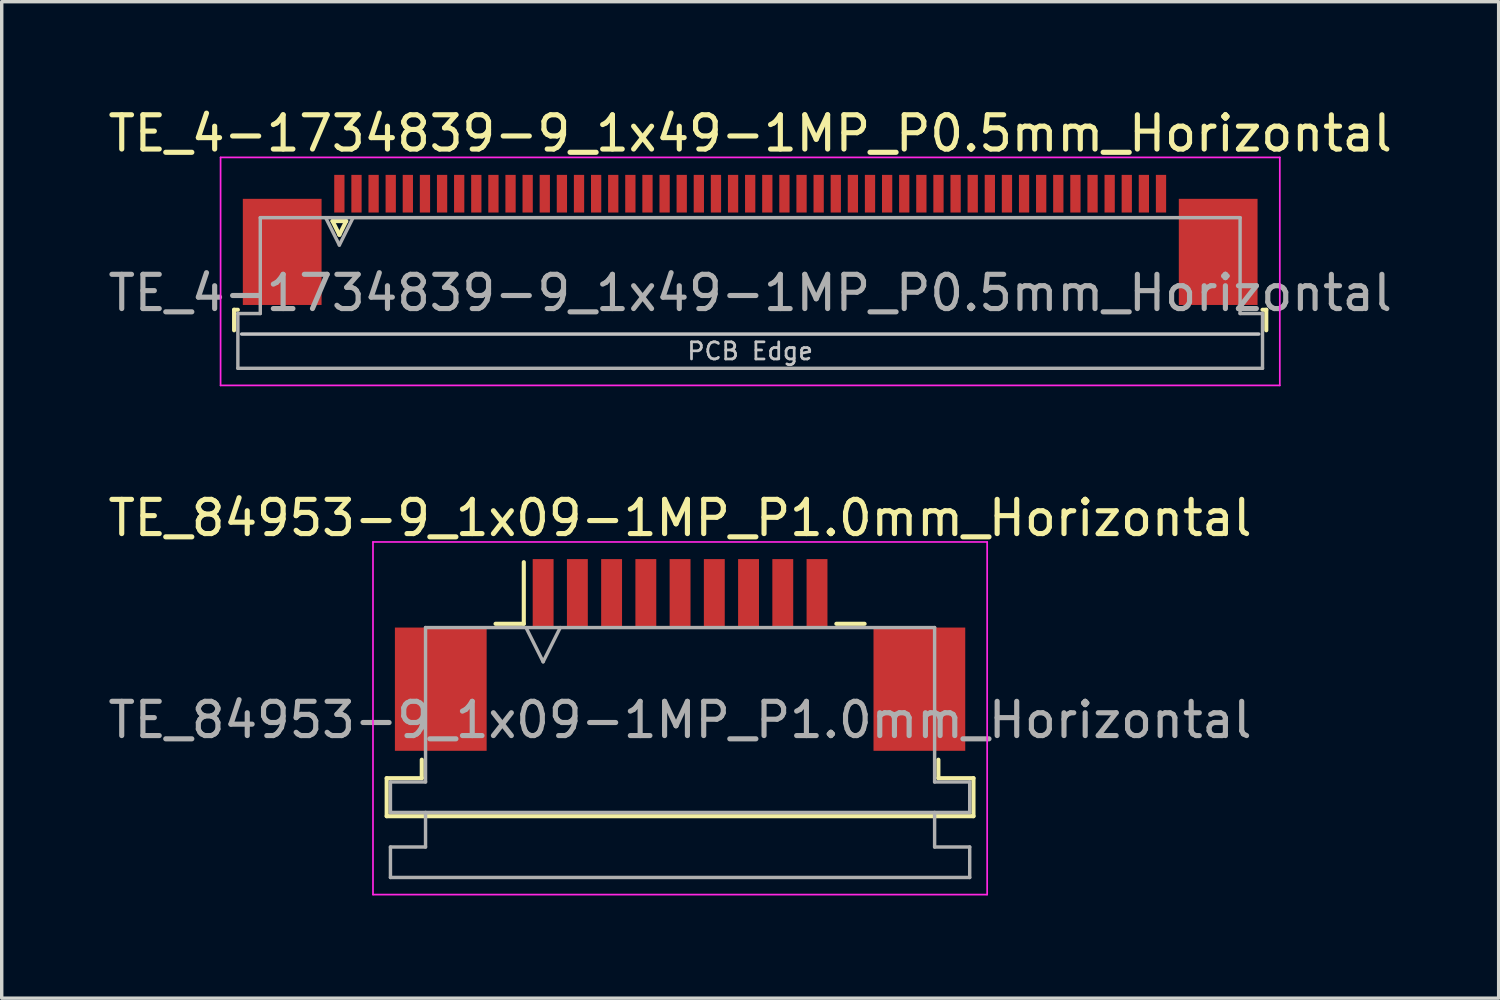
<source format=kicad_pcb>
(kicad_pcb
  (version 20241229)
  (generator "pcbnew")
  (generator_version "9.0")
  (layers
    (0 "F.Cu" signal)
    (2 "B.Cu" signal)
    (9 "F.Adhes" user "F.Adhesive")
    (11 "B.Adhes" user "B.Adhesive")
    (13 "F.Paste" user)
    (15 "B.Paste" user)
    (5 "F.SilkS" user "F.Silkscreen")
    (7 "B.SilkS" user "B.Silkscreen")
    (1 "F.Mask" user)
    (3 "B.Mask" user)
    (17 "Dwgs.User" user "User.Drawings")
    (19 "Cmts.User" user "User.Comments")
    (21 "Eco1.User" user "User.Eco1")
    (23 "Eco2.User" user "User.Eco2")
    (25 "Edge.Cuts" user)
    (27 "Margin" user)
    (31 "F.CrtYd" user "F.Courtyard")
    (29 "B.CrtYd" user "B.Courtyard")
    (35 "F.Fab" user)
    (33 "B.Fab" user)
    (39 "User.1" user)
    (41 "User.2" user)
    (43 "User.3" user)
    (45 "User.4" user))
  (footprint "TE_84953-9_1x09-1MP_P1.0mm_Horizontal"
    (layer "F.Cu")
    (at 16.815 16.081)
    (property "Reference" "TE_84953-9_1x09-1MP_P1.0mm_Horizontal" (at 0 -4 0) (layer "F.SilkS") (effects (font (size 1 1) (thickness 0.15))))
    (attr smd)
    (fp_line (start -8.57 3.6) (end -7.545 3.6) (stroke (width 0.12) (type solid)) (layer "F.SilkS"))
    (fp_line (start -8.57 4.71) (end -8.57 3.6) (stroke (width 0.12) (type solid)) (layer "F.SilkS"))
    (fp_line (start -7.545 3.6) (end -7.545 3.06) (stroke (width 0.12) (type solid)) (layer "F.SilkS"))
    (fp_line (start -5.39 -0.91) (end -4.565 -0.91) (stroke (width 0.12) (type solid)) (layer "F.SilkS"))
    (fp_line (start -4.565 -0.91) (end -4.565 -2.71) (stroke (width 0.12) (type solid)) (layer "F.SilkS"))
    (fp_line (start 4.565 -0.91) (end 5.39 -0.91) (stroke (width 0.12) (type solid)) (layer "F.SilkS"))
    (fp_line (start 7.545 3.06) (end 7.545 3.6) (stroke (width 0.12) (type solid)) (layer "F.SilkS"))
    (fp_line (start 7.545 3.6) (end 8.57 3.6) (stroke (width 0.12) (type solid)) (layer "F.SilkS"))
    (fp_line (start 8.57 3.6) (end 8.57 4.71) (stroke (width 0.12) (type solid)) (layer "F.SilkS"))
    (fp_line (start 8.57 4.71) (end -8.57 4.71) (stroke (width 0.12) (type solid)) (layer "F.SilkS"))
    (fp_line (start -8.97 -3.3) (end -8.97 7) (stroke (width 0.05) (type solid)) (layer "F.CrtYd"))
    (fp_line (start -8.97 7) (end 8.97 7) (stroke (width 0.05) (type solid)) (layer "F.CrtYd"))
    (fp_line (start 8.97 -3.3) (end -8.97 -3.3) (stroke (width 0.05) (type solid)) (layer "F.CrtYd"))
    (fp_line (start 8.97 7) (end 8.97 -3.3) (stroke (width 0.05) (type solid)) (layer "F.CrtYd"))
    (fp_line (start -8.46 3.71) (end -7.435 3.71) (stroke (width 0.1) (type solid)) (layer "F.Fab"))
    (fp_line (start -8.46 4.6) (end -8.46 3.71) (stroke (width 0.1) (type solid)) (layer "F.Fab"))
    (fp_line (start -8.46 5.61) (end -7.435 5.61) (stroke (width 0.1) (type solid)) (layer "F.Fab"))
    (fp_line (start -8.46 6.5) (end -8.46 5.61) (stroke (width 0.1) (type solid)) (layer "F.Fab"))
    (fp_line (start -7.435 -0.8) (end 7.435 -0.8) (stroke (width 0.1) (type solid)) (layer "F.Fab"))
    (fp_line (start -7.435 3.71) (end -7.435 -0.8) (stroke (width 0.1) (type solid)) (layer "F.Fab"))
    (fp_line (start -7.435 5.61) (end -7.435 4.6) (stroke (width 0.1) (type solid)) (layer "F.Fab"))
    (fp_line (start -4.5 -0.8) (end -4 0.2) (stroke (width 0.1) (type solid)) (layer "F.Fab"))
    (fp_line (start -4 0.2) (end -3.5 -0.8) (stroke (width 0.1) (type solid)) (layer "F.Fab"))
    (fp_line (start 7.435 -0.8) (end 7.435 3.71) (stroke (width 0.1) (type solid)) (layer "F.Fab"))
    (fp_line (start 7.435 3.71) (end 8.46 3.71) (stroke (width 0.1) (type solid)) (layer "F.Fab"))
    (fp_line (start 7.435 4.6) (end 7.435 5.61) (stroke (width 0.1) (type solid)) (layer "F.Fab"))
    (fp_line (start 7.435 5.61) (end 8.46 5.61) (stroke (width 0.1) (type solid)) (layer "F.Fab"))
    (fp_line (start 8.46 3.71) (end 8.46 4.6) (stroke (width 0.1) (type solid)) (layer "F.Fab"))
    (fp_line (start 8.46 4.6) (end -8.46 4.6) (stroke (width 0.1) (type solid)) (layer "F.Fab"))
    (fp_line (start 8.46 5.61) (end 8.46 6.5) (stroke (width 0.1) (type solid)) (layer "F.Fab"))
    (fp_line (start 8.46 6.5) (end -8.46 6.5) (stroke (width 0.1) (type solid)) (layer "F.Fab"))
    (fp_text user "${REFERENCE}" (at 0 1.9 0) (layer "F.Fab") (effects (font (size 1 1) (thickness 0.15))))
    (pad "1" smd rect (at -4 -1.8) (size 0.61 2) (layers "F.Cu" "F.Mask" "F.Paste"))
    (pad "2" smd rect (at -3 -1.8) (size 0.61 2) (layers "F.Cu" "F.Mask" "F.Paste"))
    (pad "3" smd rect (at -2 -1.8) (size 0.61 2) (layers "F.Cu" "F.Mask" "F.Paste"))
    (pad "4" smd rect (at -1 -1.8) (size 0.61 2) (layers "F.Cu" "F.Mask" "F.Paste"))
    (pad "5" smd rect (at 0 -1.8) (size 0.61 2) (layers "F.Cu" "F.Mask" "F.Paste"))
    (pad "6" smd rect (at 1 -1.8) (size 0.61 2) (layers "F.Cu" "F.Mask" "F.Paste"))
    (pad "7" smd rect (at 2 -1.8) (size 0.61 2) (layers "F.Cu" "F.Mask" "F.Paste"))
    (pad "8" smd rect (at 3 -1.8) (size 0.61 2) (layers "F.Cu" "F.Mask" "F.Paste"))
    (pad "9" smd rect (at 4 -1.8) (size 0.61 2) (layers "F.Cu" "F.Mask" "F.Paste"))
    (pad "MP" smd rect (at -6.99 1) (size 2.68 3.6) (layers "F.Cu" "F.Mask" "F.Paste"))
    (pad "MP" smd rect (at 6.99 1) (size 2.68 3.6) (layers "F.Cu" "F.Mask" "F.Paste")))
  (footprint "TE_4-1734839-9_1x49-1MP_P0.5mm_Horizontal"
    (layer "F.Cu")
    (at 18.863 3.958)
    (property "Reference" "TE_4-1734839-9_1x49-1MP_P0.5mm_Horizontal" (at 0 -3.11 0) (layer "F.SilkS") (effects (font (size 1 1) (thickness 0.15))))
    (attr smd)
    (fp_line (start -15.075 2.04) (end -15.075 2.64) (stroke (width 0.12) (type solid)) (layer "F.SilkS"))
    (fp_line (start -14.965 2.04) (end -15.075 2.04) (stroke (width 0.12) (type solid)) (layer "F.SilkS"))
    (fp_line (start -12.2 -0.55) (end -12 -0.15) (stroke (width 0.12) (type solid)) (layer "F.SilkS"))
    (fp_line (start -12 -0.15) (end -11.8 -0.55) (stroke (width 0.12) (type solid)) (layer "F.SilkS"))
    (fp_line (start -11.8 -0.55) (end -12.2 -0.55) (stroke (width 0.12) (type solid)) (layer "F.SilkS"))
    (fp_line (start 14.965 2.04) (end 15.075 2.04) (stroke (width 0.12) (type solid)) (layer "F.SilkS"))
    (fp_line (start 15.075 2.04) (end 15.075 2.64) (stroke (width 0.12) (type solid)) (layer "F.SilkS"))
    (fp_line (start 14.855 2.75) (end -14.855 2.75) (stroke (width 0.1) (type solid)) (layer "Dwgs.User"))
    (fp_line (start -15.47 -2.41) (end -15.47 4.25) (stroke (width 0.05) (type solid)) (layer "F.CrtYd"))
    (fp_line (start -15.47 4.25) (end 15.47 4.25) (stroke (width 0.05) (type solid)) (layer "F.CrtYd"))
    (fp_line (start 15.47 -2.41) (end -15.47 -2.41) (stroke (width 0.05) (type solid)) (layer "F.CrtYd"))
    (fp_line (start 15.47 4.25) (end 15.47 -2.41) (stroke (width 0.05) (type solid)) (layer "F.CrtYd"))
    (fp_line (start -14.965 2.15) (end -14.31 2.15) (stroke (width 0.1) (type solid)) (layer "F.Fab"))
    (fp_line (start -14.965 3.75) (end -14.965 2.15) (stroke (width 0.1) (type solid)) (layer "F.Fab"))
    (fp_line (start -14.31 -0.65) (end 14.31 -0.65) (stroke (width 0.1) (type solid)) (layer "F.Fab"))
    (fp_line (start -14.31 2.15) (end -14.31 -0.65) (stroke (width 0.1) (type solid)) (layer "F.Fab"))
    (fp_line (start -12.4 -0.65) (end -12 0.15) (stroke (width 0.1) (type solid)) (layer "F.Fab"))
    (fp_line (start -12 0.15) (end -11.6 -0.65) (stroke (width 0.1) (type solid)) (layer "F.Fab"))
    (fp_line (start 14.31 -0.65) (end 14.31 2.15) (stroke (width 0.1) (type solid)) (layer "F.Fab"))
    (fp_line (start 14.31 2.15) (end 14.965 2.15) (stroke (width 0.1) (type solid)) (layer "F.Fab"))
    (fp_line (start 14.965 2.15) (end 14.965 3.75) (stroke (width 0.1) (type solid)) (layer "F.Fab"))
    (fp_line (start 14.965 3.75) (end -14.965 3.75) (stroke (width 0.1) (type solid)) (layer "F.Fab"))
    (fp_text user "PCB Edge" (at 0 3.25 0) (layer "Dwgs.User") (effects (font (size 0.5 0.5) (thickness 0.08))))
    (fp_text user "${REFERENCE}" (at 0 1.55 0) (layer "F.Fab") (effects (font (size 1 1) (thickness 0.15))))
    (pad "1" smd rect (at -12 -1.35) (size 0.3 1.1) (layers "F.Cu" "F.Mask" "F.Paste"))
    (pad "2" smd rect (at -11.5 -1.35) (size 0.3 1.1) (layers "F.Cu" "F.Mask" "F.Paste"))
    (pad "3" smd rect (at -11 -1.35) (size 0.3 1.1) (layers "F.Cu" "F.Mask" "F.Paste"))
    (pad "4" smd rect (at -10.5 -1.35) (size 0.3 1.1) (layers "F.Cu" "F.Mask" "F.Paste"))
    (pad "5" smd rect (at -10 -1.35) (size 0.3 1.1) (layers "F.Cu" "F.Mask" "F.Paste"))
    (pad "6" smd rect (at -9.5 -1.35) (size 0.3 1.1) (layers "F.Cu" "F.Mask" "F.Paste"))
    (pad "7" smd rect (at -9 -1.35) (size 0.3 1.1) (layers "F.Cu" "F.Mask" "F.Paste"))
    (pad "8" smd rect (at -8.5 -1.35) (size 0.3 1.1) (layers "F.Cu" "F.Mask" "F.Paste"))
    (pad "9" smd rect (at -8 -1.35) (size 0.3 1.1) (layers "F.Cu" "F.Mask" "F.Paste"))
    (pad "10" smd rect (at -7.5 -1.35) (size 0.3 1.1) (layers "F.Cu" "F.Mask" "F.Paste"))
    (pad "11" smd rect (at -7 -1.35) (size 0.3 1.1) (layers "F.Cu" "F.Mask" "F.Paste"))
    (pad "12" smd rect (at -6.5 -1.35) (size 0.3 1.1) (layers "F.Cu" "F.Mask" "F.Paste"))
    (pad "13" smd rect (at -6 -1.35) (size 0.3 1.1) (layers "F.Cu" "F.Mask" "F.Paste"))
    (pad "14" smd rect (at -5.5 -1.35) (size 0.3 1.1) (layers "F.Cu" "F.Mask" "F.Paste"))
    (pad "15" smd rect (at -5 -1.35) (size 0.3 1.1) (layers "F.Cu" "F.Mask" "F.Paste"))
    (pad "16" smd rect (at -4.5 -1.35) (size 0.3 1.1) (layers "F.Cu" "F.Mask" "F.Paste"))
    (pad "17" smd rect (at -4 -1.35) (size 0.3 1.1) (layers "F.Cu" "F.Mask" "F.Paste"))
    (pad "18" smd rect (at -3.5 -1.35) (size 0.3 1.1) (layers "F.Cu" "F.Mask" "F.Paste"))
    (pad "19" smd rect (at -3 -1.35) (size 0.3 1.1) (layers "F.Cu" "F.Mask" "F.Paste"))
    (pad "20" smd rect (at -2.5 -1.35) (size 0.3 1.1) (layers "F.Cu" "F.Mask" "F.Paste"))
    (pad "21" smd rect (at -2 -1.35) (size 0.3 1.1) (layers "F.Cu" "F.Mask" "F.Paste"))
    (pad "22" smd rect (at -1.5 -1.35) (size 0.3 1.1) (layers "F.Cu" "F.Mask" "F.Paste"))
    (pad "23" smd rect (at -1 -1.35) (size 0.3 1.1) (layers "F.Cu" "F.Mask" "F.Paste"))
    (pad "24" smd rect (at -0.5 -1.35) (size 0.3 1.1) (layers "F.Cu" "F.Mask" "F.Paste"))
    (pad "25" smd rect (at 0 -1.35) (size 0.3 1.1) (layers "F.Cu" "F.Mask" "F.Paste"))
    (pad "26" smd rect (at 0.5 -1.35) (size 0.3 1.1) (layers "F.Cu" "F.Mask" "F.Paste"))
    (pad "27" smd rect (at 1 -1.35) (size 0.3 1.1) (layers "F.Cu" "F.Mask" "F.Paste"))
    (pad "28" smd rect (at 1.5 -1.35) (size 0.3 1.1) (layers "F.Cu" "F.Mask" "F.Paste"))
    (pad "29" smd rect (at 2 -1.35) (size 0.3 1.1) (layers "F.Cu" "F.Mask" "F.Paste"))
    (pad "30" smd rect (at 2.5 -1.35) (size 0.3 1.1) (layers "F.Cu" "F.Mask" "F.Paste"))
    (pad "31" smd rect (at 3 -1.35) (size 0.3 1.1) (layers "F.Cu" "F.Mask" "F.Paste"))
    (pad "32" smd rect (at 3.5 -1.35) (size 0.3 1.1) (layers "F.Cu" "F.Mask" "F.Paste"))
    (pad "33" smd rect (at 4 -1.35) (size 0.3 1.1) (layers "F.Cu" "F.Mask" "F.Paste"))
    (pad "34" smd rect (at 4.5 -1.35) (size 0.3 1.1) (layers "F.Cu" "F.Mask" "F.Paste"))
    (pad "35" smd rect (at 5 -1.35) (size 0.3 1.1) (layers "F.Cu" "F.Mask" "F.Paste"))
    (pad "36" smd rect (at 5.5 -1.35) (size 0.3 1.1) (layers "F.Cu" "F.Mask" "F.Paste"))
    (pad "37" smd rect (at 6 -1.35) (size 0.3 1.1) (layers "F.Cu" "F.Mask" "F.Paste"))
    (pad "38" smd rect (at 6.5 -1.35) (size 0.3 1.1) (layers "F.Cu" "F.Mask" "F.Paste"))
    (pad "39" smd rect (at 7 -1.35) (size 0.3 1.1) (layers "F.Cu" "F.Mask" "F.Paste"))
    (pad "40" smd rect (at 7.5 -1.35) (size 0.3 1.1) (layers "F.Cu" "F.Mask" "F.Paste"))
    (pad "41" smd rect (at 8 -1.35) (size 0.3 1.1) (layers "F.Cu" "F.Mask" "F.Paste"))
    (pad "42" smd rect (at 8.5 -1.35) (size 0.3 1.1) (layers "F.Cu" "F.Mask" "F.Paste"))
    (pad "43" smd rect (at 9 -1.35) (size 0.3 1.1) (layers "F.Cu" "F.Mask" "F.Paste"))
    (pad "44" smd rect (at 9.5 -1.35) (size 0.3 1.1) (layers "F.Cu" "F.Mask" "F.Paste"))
    (pad "45" smd rect (at 10 -1.35) (size 0.3 1.1) (layers "F.Cu" "F.Mask" "F.Paste"))
    (pad "46" smd rect (at 10.5 -1.35) (size 0.3 1.1) (layers "F.Cu" "F.Mask" "F.Paste"))
    (pad "47" smd rect (at 11 -1.35) (size 0.3 1.1) (layers "F.Cu" "F.Mask" "F.Paste"))
    (pad "48" smd rect (at 11.5 -1.35) (size 0.3 1.1) (layers "F.Cu" "F.Mask" "F.Paste"))
    (pad "49" smd rect (at 12 -1.35) (size 0.3 1.1) (layers "F.Cu" "F.Mask" "F.Paste"))
    (pad "MP" smd rect (at -13.67 0.35) (size 2.3 3.1) (layers "F.Cu" "F.Mask" "F.Paste"))
    (pad "MP" smd rect (at 13.67 0.35) (size 2.3 3.1) (layers "F.Cu" "F.Mask" "F.Paste")))
  (gr_rect
    (start -3 -3)
    (end 40.726 26.107)
    (stroke (width 0.1) (type default))
    (fill no)
    (layer "Edge.Cuts")))
</source>
